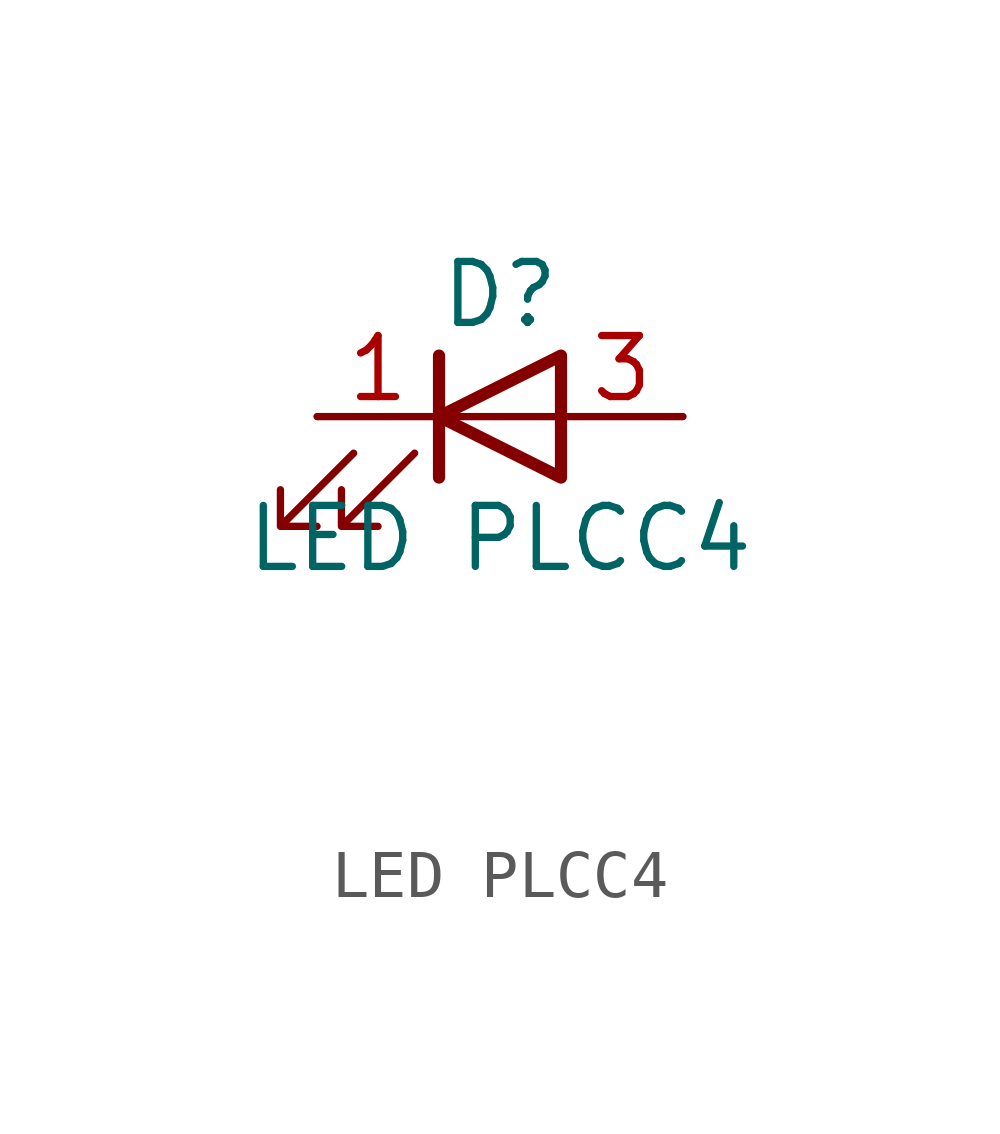
<source format=kicad_sym>
(kicad_symbol_lib
  (version 20211014)
  (generator kicad_symbol_editor)
  (symbol "LED PLCC4"
    (pin_names
      (offset 1.016) hide)
    (property "Reference" "D"
      (at 0 2.54 0)
      (effects (font (size 1.27 1.27))))
    (property "Value" "LED PLCC4"
      (at 0 -2.54 0)
      (effects (font (size 1.27 1.27))))
    (symbol "LED PLCC4_0_1"
      (polyline (pts (xy -1.27 -1.27) (xy -1.27 1.27)) (stroke (width 0.254) (type default) (color 0 0 0 0)) (fill (type none)))
      (polyline (pts (xy -1.27 0) (xy 1.27 0)) (stroke (width 0) (type default) (color 0 0 0 0)) (fill (type none)))
      (polyline (pts (xy 1.27 -1.27) (xy 1.27 1.27) (xy -1.27 0) (xy 1.27 -1.27)) (stroke (width 0.254) (type default) (color 0 0 0 0)) (fill (type none)))
      (polyline (pts (xy -3.048 -0.762) (xy -4.572 -2.286) (xy -3.81 -2.286) (xy -4.572 -2.286) (xy -4.572 -1.524)) (stroke (width 0) (type default) (color 0 0 0 0)) (fill (type none)))
      (polyline (pts (xy -1.778 -0.762) (xy -3.302 -2.286) (xy -2.54 -2.286) (xy -3.302 -2.286) (xy -3.302 -1.524)) (stroke (width 0) (type default) (color 0 0 0 0)) (fill (type none))))
    (symbol "LED PLCC4_1_1"
      (pin passive line (at -3.81 0 0) (length 2.54) (name "K" (effects (font (size 1.27 1.27)))) (number "1" (effects (font (size 1.27 1.27)))))
      (pin no_connect line (at -1.27 -5.08 180) (length 2.54) hide (name "THERMAL" (effects (font (size 1.27 1.27)))) (number "2" (effects (font (size 1.27 1.27)))))
      (pin passive line (at 3.81 0 180) (length 2.54) (name "A" (effects (font (size 1.27 1.27)))) (number "3" (effects (font (size 1.27 1.27)))))
      (pin no_connect line (at -1.27 -7.62 180) (length 2.54) hide (name "Thermal" (effects (font (size 1.27 1.27)))) (number "4" (effects (font (size 1.27 1.27))))))))
</source>
